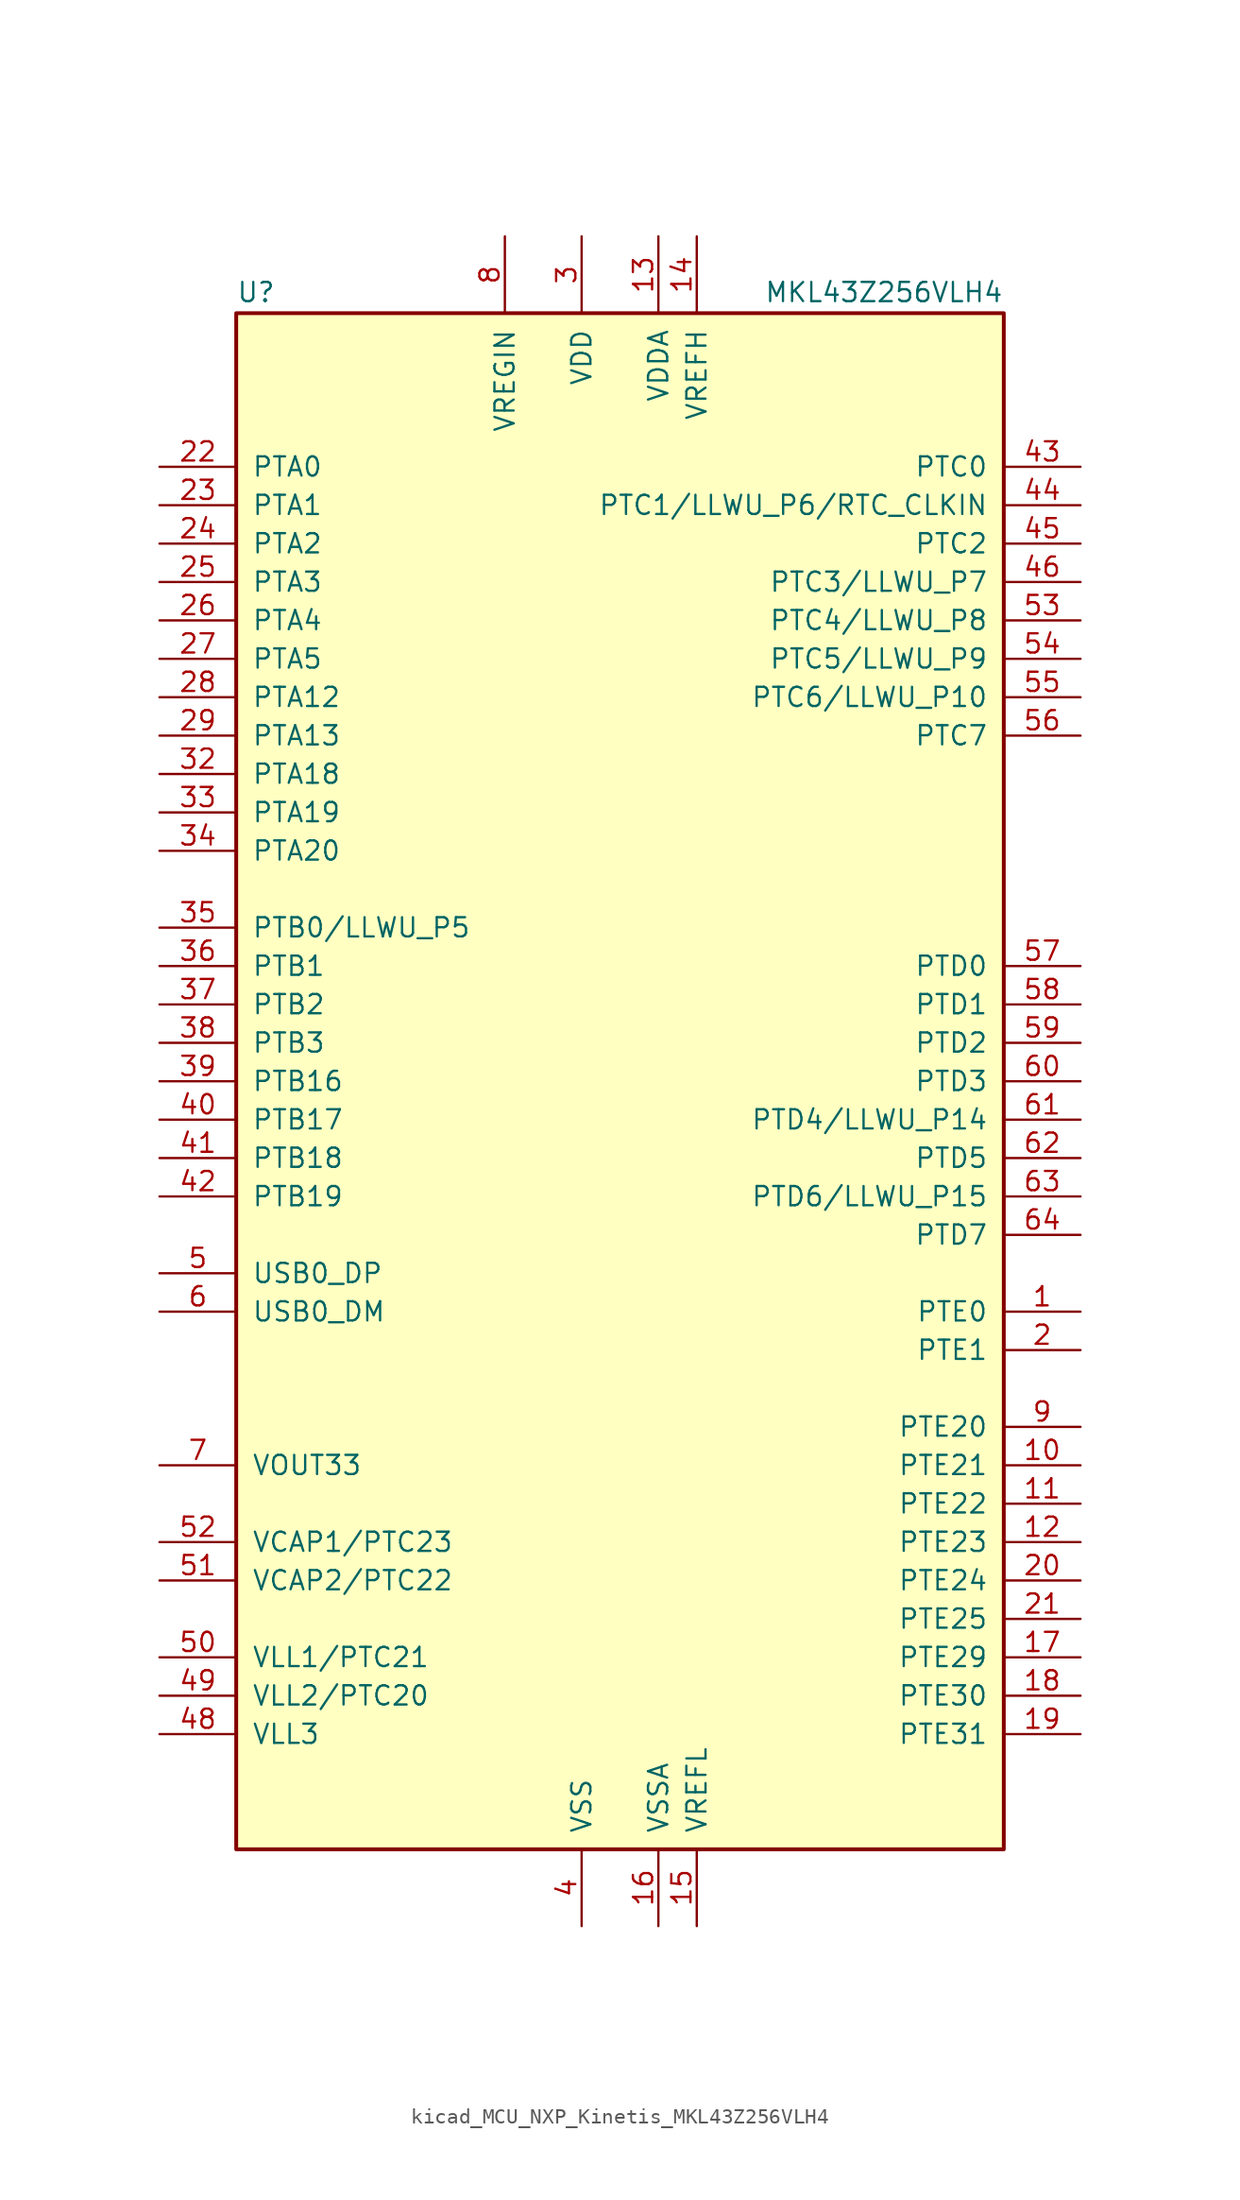
<source format=kicad_sym>
(kicad_symbol_lib
  (version 20220914)
  (generator kicad_symbol_editor)
  (symbol "kicad_MCU_NXP_Kinetis_MKL43Z256VLH4"
    (pin_names
      (offset 1.016))
    (property "Reference" "U"
      (at -25.4 51.435 0)
      (effects (font (size 1.27 1.27)) (justify left bottom)))
    (property "Value" "MKL43Z256VLH4"
      (at 25.4 51.435 0)
      (effects (font (size 1.27 1.27)) (justify right bottom)))
    (symbol "kicad_MCU_NXP_Kinetis_MKL43Z256VLH4_0_1"
      (rectangle (start -25.4 50.8) (end 25.4 -50.8) (stroke (width 0.254) (type default)) (fill (type background))))
    (symbol "kicad_MCU_NXP_Kinetis_MKL43Z256VLH4_1_1"
      (pin bidirectional line (at 30.48 -15.24 180) (length 5.08) (name "PTE0" (effects (font (size 1.27 1.27)))) (number "1" (effects (font (size 1.27 1.27)))))
      (pin bidirectional line (at 30.48 -25.4 180) (length 5.08) (name "PTE21" (effects (font (size 1.27 1.27)))) (number "10" (effects (font (size 1.27 1.27)))))
      (pin bidirectional line (at 30.48 -27.94 180) (length 5.08) (name "PTE22" (effects (font (size 1.27 1.27)))) (number "11" (effects (font (size 1.27 1.27)))))
      (pin bidirectional line (at 30.48 -30.48 180) (length 5.08) (name "PTE23" (effects (font (size 1.27 1.27)))) (number "12" (effects (font (size 1.27 1.27)))))
      (pin power_in line (at 2.54 55.88 270) (length 5.08) (name "VDDA" (effects (font (size 1.27 1.27)))) (number "13" (effects (font (size 1.27 1.27)))))
      (pin power_in line (at 5.08 55.88 270) (length 5.08) (name "VREFH" (effects (font (size 1.27 1.27)))) (number "14" (effects (font (size 1.27 1.27)))))
      (pin power_in line (at 5.08 -55.88 90) (length 5.08) (name "VREFL" (effects (font (size 1.27 1.27)))) (number "15" (effects (font (size 1.27 1.27)))))
      (pin power_in line (at 2.54 -55.88 90) (length 5.08) (name "VSSA" (effects (font (size 1.27 1.27)))) (number "16" (effects (font (size 1.27 1.27)))))
      (pin bidirectional line (at 30.48 -38.1 180) (length 5.08) (name "PTE29" (effects (font (size 1.27 1.27)))) (number "17" (effects (font (size 1.27 1.27)))))
      (pin bidirectional line (at 30.48 -40.64 180) (length 5.08) (name "PTE30" (effects (font (size 1.27 1.27)))) (number "18" (effects (font (size 1.27 1.27)))))
      (pin bidirectional line (at 30.48 -43.18 180) (length 5.08) (name "PTE31" (effects (font (size 1.27 1.27)))) (number "19" (effects (font (size 1.27 1.27)))))
      (pin bidirectional line (at 30.48 -17.78 180) (length 5.08) (name "PTE1" (effects (font (size 1.27 1.27)))) (number "2" (effects (font (size 1.27 1.27)))))
      (pin bidirectional line (at 30.48 -33.02 180) (length 5.08) (name "PTE24" (effects (font (size 1.27 1.27)))) (number "20" (effects (font (size 1.27 1.27)))))
      (pin bidirectional line (at 30.48 -35.56 180) (length 5.08) (name "PTE25" (effects (font (size 1.27 1.27)))) (number "21" (effects (font (size 1.27 1.27)))))
      (pin bidirectional line (at -30.48 40.64 0) (length 5.08) (name "PTA0" (effects (font (size 1.27 1.27)))) (number "22" (effects (font (size 1.27 1.27)))))
      (pin bidirectional line (at -30.48 38.1 0) (length 5.08) (name "PTA1" (effects (font (size 1.27 1.27)))) (number "23" (effects (font (size 1.27 1.27)))))
      (pin bidirectional line (at -30.48 35.56 0) (length 5.08) (name "PTA2" (effects (font (size 1.27 1.27)))) (number "24" (effects (font (size 1.27 1.27)))))
      (pin bidirectional line (at -30.48 33.02 0) (length 5.08) (name "PTA3" (effects (font (size 1.27 1.27)))) (number "25" (effects (font (size 1.27 1.27)))))
      (pin bidirectional line (at -30.48 30.48 0) (length 5.08) (name "PTA4" (effects (font (size 1.27 1.27)))) (number "26" (effects (font (size 1.27 1.27)))))
      (pin bidirectional line (at -30.48 27.94 0) (length 5.08) (name "PTA5" (effects (font (size 1.27 1.27)))) (number "27" (effects (font (size 1.27 1.27)))))
      (pin bidirectional line (at -30.48 25.4 0) (length 5.08) (name "PTA12" (effects (font (size 1.27 1.27)))) (number "28" (effects (font (size 1.27 1.27)))))
      (pin bidirectional line (at -30.48 22.86 0) (length 5.08) (name "PTA13" (effects (font (size 1.27 1.27)))) (number "29" (effects (font (size 1.27 1.27)))))
      (pin power_in line (at -2.54 55.88 270) (length 5.08) (name "VDD" (effects (font (size 1.27 1.27)))) (number "3" (effects (font (size 1.27 1.27)))))
      (pin passive line (at -2.54 55.88 270) (length 5.08) hide (name "VDD" (effects (font (size 1.27 1.27)))) (number "30" (effects (font (size 1.27 1.27)))))
      (pin passive line (at -2.54 -55.88 90) (length 5.08) hide (name "VSS" (effects (font (size 1.27 1.27)))) (number "31" (effects (font (size 1.27 1.27)))))
      (pin bidirectional line (at -30.48 20.32 0) (length 5.08) (name "PTA18" (effects (font (size 1.27 1.27)))) (number "32" (effects (font (size 1.27 1.27)))))
      (pin bidirectional line (at -30.48 17.78 0) (length 5.08) (name "PTA19" (effects (font (size 1.27 1.27)))) (number "33" (effects (font (size 1.27 1.27)))))
      (pin bidirectional line (at -30.48 15.24 0) (length 5.08) (name "PTA20" (effects (font (size 1.27 1.27)))) (number "34" (effects (font (size 1.27 1.27)))))
      (pin bidirectional line (at -30.48 10.16 0) (length 5.08) (name "PTB0/LLWU_P5" (effects (font (size 1.27 1.27)))) (number "35" (effects (font (size 1.27 1.27)))))
      (pin bidirectional line (at -30.48 7.62 0) (length 5.08) (name "PTB1" (effects (font (size 1.27 1.27)))) (number "36" (effects (font (size 1.27 1.27)))))
      (pin bidirectional line (at -30.48 5.08 0) (length 5.08) (name "PTB2" (effects (font (size 1.27 1.27)))) (number "37" (effects (font (size 1.27 1.27)))))
      (pin bidirectional line (at -30.48 2.54 0) (length 5.08) (name "PTB3" (effects (font (size 1.27 1.27)))) (number "38" (effects (font (size 1.27 1.27)))))
      (pin bidirectional line (at -30.48 0 0) (length 5.08) (name "PTB16" (effects (font (size 1.27 1.27)))) (number "39" (effects (font (size 1.27 1.27)))))
      (pin power_in line (at -2.54 -55.88 90) (length 5.08) (name "VSS" (effects (font (size 1.27 1.27)))) (number "4" (effects (font (size 1.27 1.27)))))
      (pin bidirectional line (at -30.48 -2.54 0) (length 5.08) (name "PTB17" (effects (font (size 1.27 1.27)))) (number "40" (effects (font (size 1.27 1.27)))))
      (pin bidirectional line (at -30.48 -5.08 0) (length 5.08) (name "PTB18" (effects (font (size 1.27 1.27)))) (number "41" (effects (font (size 1.27 1.27)))))
      (pin bidirectional line (at -30.48 -7.62 0) (length 5.08) (name "PTB19" (effects (font (size 1.27 1.27)))) (number "42" (effects (font (size 1.27 1.27)))))
      (pin bidirectional line (at 30.48 40.64 180) (length 5.08) (name "PTC0" (effects (font (size 1.27 1.27)))) (number "43" (effects (font (size 1.27 1.27)))))
      (pin bidirectional line (at 30.48 38.1 180) (length 5.08) (name "PTC1/LLWU_P6/RTC_CLKIN" (effects (font (size 1.27 1.27)))) (number "44" (effects (font (size 1.27 1.27)))))
      (pin bidirectional line (at 30.48 35.56 180) (length 5.08) (name "PTC2" (effects (font (size 1.27 1.27)))) (number "45" (effects (font (size 1.27 1.27)))))
      (pin bidirectional line (at 30.48 33.02 180) (length 5.08) (name "PTC3/LLWU_P7" (effects (font (size 1.27 1.27)))) (number "46" (effects (font (size 1.27 1.27)))))
      (pin passive line (at -2.54 -55.88 90) (length 5.08) hide (name "VSS" (effects (font (size 1.27 1.27)))) (number "47" (effects (font (size 1.27 1.27)))))
      (pin power_out line (at -30.48 -43.18 0) (length 5.08) (name "VLL3" (effects (font (size 1.27 1.27)))) (number "48" (effects (font (size 1.27 1.27)))))
      (pin power_out line (at -30.48 -40.64 0) (length 5.08) (name "VLL2/PTC20" (effects (font (size 1.27 1.27)))) (number "49" (effects (font (size 1.27 1.27)))))
      (pin bidirectional line (at -30.48 -12.7 0) (length 5.08) (name "USB0_DP" (effects (font (size 1.27 1.27)))) (number "5" (effects (font (size 1.27 1.27)))))
      (pin power_out line (at -30.48 -38.1 0) (length 5.08) (name "VLL1/PTC21" (effects (font (size 1.27 1.27)))) (number "50" (effects (font (size 1.27 1.27)))))
      (pin passive line (at -30.48 -33.02 0) (length 5.08) (name "VCAP2/PTC22" (effects (font (size 1.27 1.27)))) (number "51" (effects (font (size 1.27 1.27)))))
      (pin passive line (at -30.48 -30.48 0) (length 5.08) (name "VCAP1/PTC23" (effects (font (size 1.27 1.27)))) (number "52" (effects (font (size 1.27 1.27)))))
      (pin bidirectional line (at 30.48 30.48 180) (length 5.08) (name "PTC4/LLWU_P8" (effects (font (size 1.27 1.27)))) (number "53" (effects (font (size 1.27 1.27)))))
      (pin bidirectional line (at 30.48 27.94 180) (length 5.08) (name "PTC5/LLWU_P9" (effects (font (size 1.27 1.27)))) (number "54" (effects (font (size 1.27 1.27)))))
      (pin bidirectional line (at 30.48 25.4 180) (length 5.08) (name "PTC6/LLWU_P10" (effects (font (size 1.27 1.27)))) (number "55" (effects (font (size 1.27 1.27)))))
      (pin bidirectional line (at 30.48 22.86 180) (length 5.08) (name "PTC7" (effects (font (size 1.27 1.27)))) (number "56" (effects (font (size 1.27 1.27)))))
      (pin bidirectional line (at 30.48 7.62 180) (length 5.08) (name "PTD0" (effects (font (size 1.27 1.27)))) (number "57" (effects (font (size 1.27 1.27)))))
      (pin bidirectional line (at 30.48 5.08 180) (length 5.08) (name "PTD1" (effects (font (size 1.27 1.27)))) (number "58" (effects (font (size 1.27 1.27)))))
      (pin bidirectional line (at 30.48 2.54 180) (length 5.08) (name "PTD2" (effects (font (size 1.27 1.27)))) (number "59" (effects (font (size 1.27 1.27)))))
      (pin bidirectional line (at -30.48 -15.24 0) (length 5.08) (name "USB0_DM" (effects (font (size 1.27 1.27)))) (number "6" (effects (font (size 1.27 1.27)))))
      (pin bidirectional line (at 30.48 0 180) (length 5.08) (name "PTD3" (effects (font (size 1.27 1.27)))) (number "60" (effects (font (size 1.27 1.27)))))
      (pin bidirectional line (at 30.48 -2.54 180) (length 5.08) (name "PTD4/LLWU_P14" (effects (font (size 1.27 1.27)))) (number "61" (effects (font (size 1.27 1.27)))))
      (pin bidirectional line (at 30.48 -5.08 180) (length 5.08) (name "PTD5" (effects (font (size 1.27 1.27)))) (number "62" (effects (font (size 1.27 1.27)))))
      (pin bidirectional line (at 30.48 -7.62 180) (length 5.08) (name "PTD6/LLWU_P15" (effects (font (size 1.27 1.27)))) (number "63" (effects (font (size 1.27 1.27)))))
      (pin bidirectional line (at 30.48 -10.16 180) (length 5.08) (name "PTD7" (effects (font (size 1.27 1.27)))) (number "64" (effects (font (size 1.27 1.27)))))
      (pin power_out line (at -30.48 -25.4 0) (length 5.08) (name "VOUT33" (effects (font (size 1.27 1.27)))) (number "7" (effects (font (size 1.27 1.27)))))
      (pin power_in line (at -7.62 55.88 270) (length 5.08) (name "VREGIN" (effects (font (size 1.27 1.27)))) (number "8" (effects (font (size 1.27 1.27)))))
      (pin bidirectional line (at 30.48 -22.86 180) (length 5.08) (name "PTE20" (effects (font (size 1.27 1.27)))) (number "9" (effects (font (size 1.27 1.27))))))))
</source>
